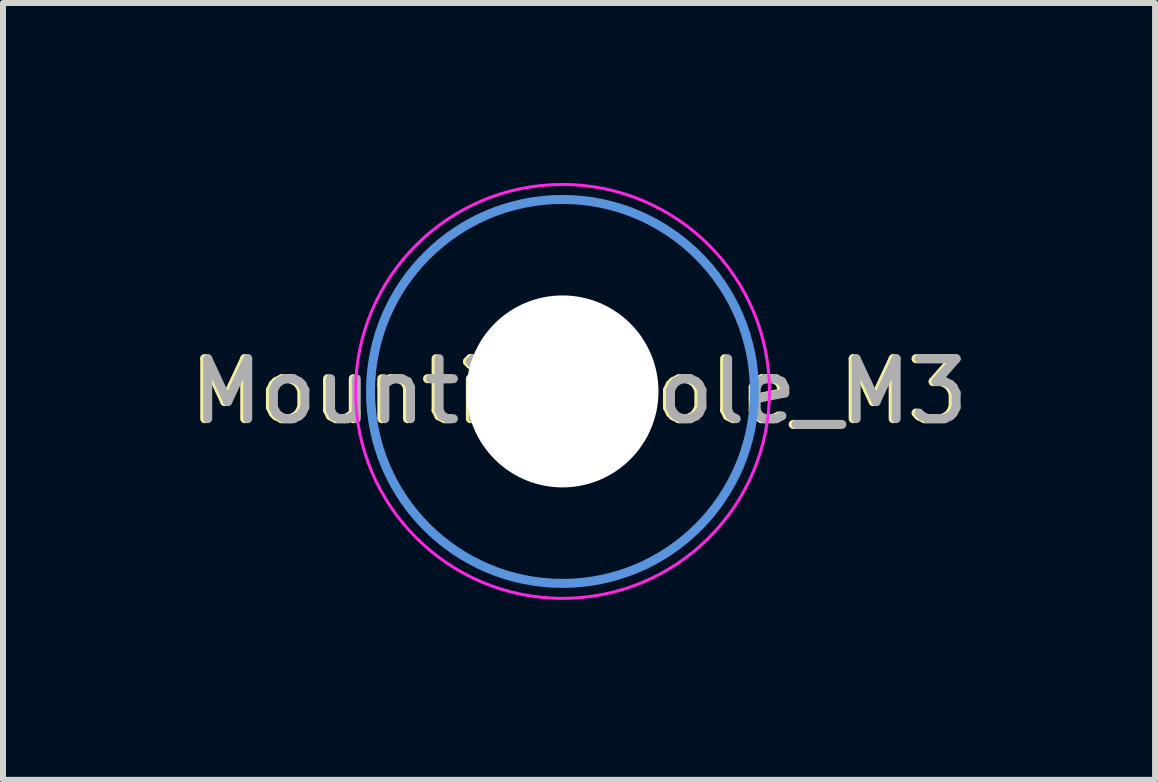
<source format=kicad_pcb>
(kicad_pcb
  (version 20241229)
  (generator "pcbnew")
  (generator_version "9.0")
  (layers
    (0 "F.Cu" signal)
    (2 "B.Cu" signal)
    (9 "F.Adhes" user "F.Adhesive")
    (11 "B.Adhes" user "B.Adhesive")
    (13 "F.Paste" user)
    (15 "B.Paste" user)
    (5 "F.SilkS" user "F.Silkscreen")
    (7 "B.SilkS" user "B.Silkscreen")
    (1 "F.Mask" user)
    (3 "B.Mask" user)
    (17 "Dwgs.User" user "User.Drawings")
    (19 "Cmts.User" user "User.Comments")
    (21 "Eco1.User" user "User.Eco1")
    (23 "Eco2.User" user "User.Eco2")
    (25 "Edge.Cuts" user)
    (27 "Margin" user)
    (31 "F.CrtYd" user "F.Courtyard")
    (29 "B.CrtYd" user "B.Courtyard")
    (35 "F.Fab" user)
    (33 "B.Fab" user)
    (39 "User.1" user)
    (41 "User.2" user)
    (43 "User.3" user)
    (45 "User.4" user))
  (footprint "MountingHole_M3"
    (layer "F.Cu")
    (at 6.327 3.475)
    (property "Reference" "MountingHole_M3" (at 0.25 0 0) (layer "F.SilkS") (effects (font (size 1 1) (thickness 0.15))))
    (attr exclude_from_pos_files exclude_from_bom)
    (fp_circle (center 0 0) (end 3.2 0) (stroke (width 0.15) (type solid)) (fill no) (layer "Cmts.User"))
    (fp_circle (center 0 0) (end 3.45 0) (stroke (width 0.05) (type solid)) (fill no) (layer "F.CrtYd"))
    (fp_text user "${REFERENCE}" (at 0.3 0 0) (layer "F.Fab") (effects (font (size 1 1) (thickness 0.15))))
    (pad "" np_thru_hole circle (at 0 0) (size 3.2 3.2) (drill 3.2) (layers "*.Cu" "*.Mask")))
  (gr_rect
    (start -3 -3)
    (end 16.205 9.95)
    (stroke (width 0.1) (type default))
    (fill no)
    (layer "Edge.Cuts")))
</source>
